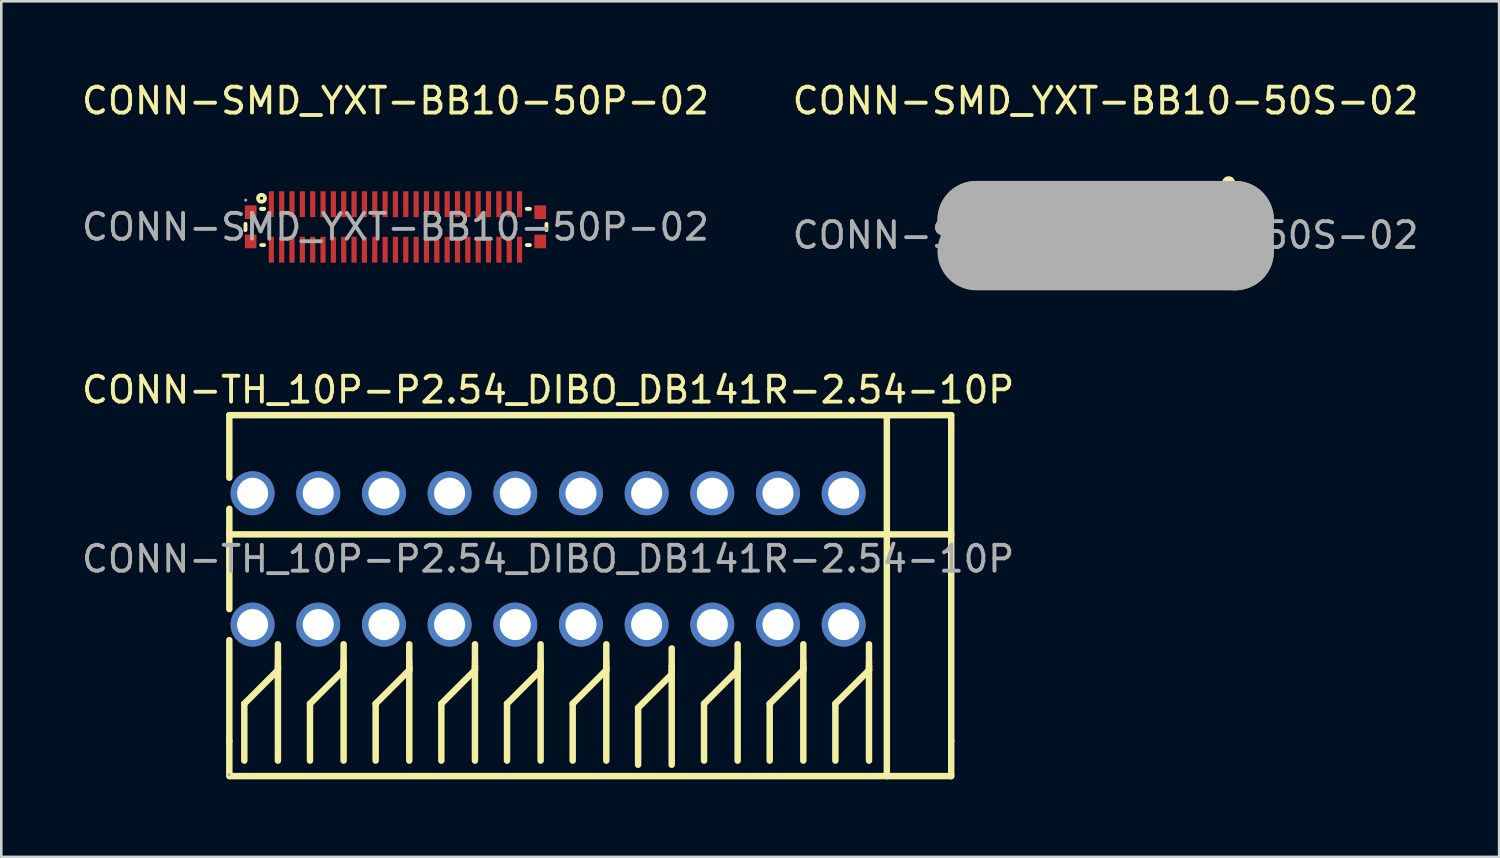
<source format=kicad_pcb>
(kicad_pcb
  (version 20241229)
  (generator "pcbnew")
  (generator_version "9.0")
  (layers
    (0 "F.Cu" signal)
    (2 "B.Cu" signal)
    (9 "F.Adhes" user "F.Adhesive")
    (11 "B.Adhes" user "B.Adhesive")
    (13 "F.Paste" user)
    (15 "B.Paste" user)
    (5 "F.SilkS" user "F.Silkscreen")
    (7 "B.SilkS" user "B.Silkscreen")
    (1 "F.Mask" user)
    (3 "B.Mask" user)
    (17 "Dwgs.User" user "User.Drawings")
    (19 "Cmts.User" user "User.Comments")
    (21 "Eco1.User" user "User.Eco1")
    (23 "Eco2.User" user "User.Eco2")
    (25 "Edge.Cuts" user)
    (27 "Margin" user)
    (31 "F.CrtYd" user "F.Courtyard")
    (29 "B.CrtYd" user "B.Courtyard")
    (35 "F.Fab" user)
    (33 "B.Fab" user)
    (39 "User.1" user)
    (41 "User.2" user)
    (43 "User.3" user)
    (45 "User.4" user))
  (footprint "CONN-SMD_YXT-BB10-50S-02"
    (layer "F.Cu")
    (at 39.708 6.048)
    (property "Reference" "CONN-SMD_YXT-BB10-50S-02" (at 0 -5.2 0) (layer "F.SilkS") (effects (font (size 1 1) (thickness 0.15))))
    (attr smd)
    (fp_line (start -6.16 -0.3) (end -6.16 0.3) (stroke (width 0.25) (type solid)) (layer "F.SilkS"))
    (fp_line (start 6.16 -0.3) (end 6.16 0.3) (stroke (width 0.25) (type solid)) (layer "F.SilkS"))
    (fp_circle (center 4.76 -2.03) (end 4.89 -2.03) (stroke (width 0.25) (type solid)) (fill no) (layer "F.SilkS"))
    (fp_line (start -5 -0.6) (end -5 -0.6) (stroke (width 3) (type solid)) (layer "F.Fab"))
    (fp_line (start -5 -0.6) (end 5.01 -0.6) (stroke (width 3) (type solid)) (layer "F.Fab"))
    (fp_line (start 5.01 -0.6) (end 5.01 0.63) (stroke (width 3) (type solid)) (layer "F.Fab"))
    (fp_line (start 5.01 0.63) (end -5 0.63) (stroke (width 3) (type solid)) (layer "F.Fab"))
    (fp_circle (center 6.25 -1.3) (end 6.28 -1.3) (stroke (width 0.06) (type solid)) (fill no) (layer "F.Fab"))
    (fp_text user "${REFERENCE}" (at 0 0 0) (layer "F.Fab") (effects (font (size 1 1) (thickness 0.15))))
    (pad "1" smd rect (at 4.8 -1.2) (size 0.2 0.5) (layers "F.Cu" "F.Mask" "F.Paste"))
    (pad "2" smd rect (at 4.8 1.2) (size 0.2 0.5) (layers "F.Cu" "F.Mask" "F.Paste"))
    (pad "3" smd rect (at 4.4 -1.2) (size 0.2 0.5) (layers "F.Cu" "F.Mask" "F.Paste"))
    (pad "4" smd rect (at 4.4 1.2) (size 0.2 0.5) (layers "F.Cu" "F.Mask" "F.Paste"))
    (pad "5" smd rect (at 4 -1.2) (size 0.2 0.5) (layers "F.Cu" "F.Mask" "F.Paste"))
    (pad "6" smd rect (at 4 1.2) (size 0.2 0.5) (layers "F.Cu" "F.Mask" "F.Paste"))
    (pad "7" smd rect (at 3.6 -1.2) (size 0.2 0.5) (layers "F.Cu" "F.Mask" "F.Paste"))
    (pad "8" smd rect (at 3.6 1.2) (size 0.2 0.5) (layers "F.Cu" "F.Mask" "F.Paste"))
    (pad "9" smd rect (at 3.2 -1.2) (size 0.2 0.5) (layers "F.Cu" "F.Mask" "F.Paste"))
    (pad "10" smd rect (at 3.2 1.2) (size 0.2 0.5) (layers "F.Cu" "F.Mask" "F.Paste"))
    (pad "11" smd rect (at 2.8 -1.2) (size 0.2 0.5) (layers "F.Cu" "F.Mask" "F.Paste"))
    (pad "12" smd rect (at 2.8 1.2) (size 0.2 0.5) (layers "F.Cu" "F.Mask" "F.Paste"))
    (pad "13" smd rect (at 2.4 -1.2) (size 0.2 0.5) (layers "F.Cu" "F.Mask" "F.Paste"))
    (pad "14" smd rect (at 2.4 1.2) (size 0.2 0.5) (layers "F.Cu" "F.Mask" "F.Paste"))
    (pad "15" smd rect (at 2 -1.2) (size 0.2 0.5) (layers "F.Cu" "F.Mask" "F.Paste"))
    (pad "16" smd rect (at 2 1.2) (size 0.2 0.5) (layers "F.Cu" "F.Mask" "F.Paste"))
    (pad "17" smd rect (at 1.6 -1.2) (size 0.2 0.5) (layers "F.Cu" "F.Mask" "F.Paste"))
    (pad "18" smd rect (at 1.6 1.2) (size 0.2 0.5) (layers "F.Cu" "F.Mask" "F.Paste"))
    (pad "19" smd rect (at 1.2 -1.2) (size 0.2 0.5) (layers "F.Cu" "F.Mask" "F.Paste"))
    (pad "20" smd rect (at 1.2 1.2) (size 0.2 0.5) (layers "F.Cu" "F.Mask" "F.Paste"))
    (pad "21" smd rect (at 0.8 -1.2) (size 0.2 0.5) (layers "F.Cu" "F.Mask" "F.Paste"))
    (pad "22" smd rect (at 0.8 1.2) (size 0.2 0.5) (layers "F.Cu" "F.Mask" "F.Paste"))
    (pad "23" smd rect (at 0.4 -1.2) (size 0.2 0.5) (layers "F.Cu" "F.Mask" "F.Paste"))
    (pad "24" smd rect (at 0.4 1.2) (size 0.2 0.5) (layers "F.Cu" "F.Mask" "F.Paste"))
    (pad "25" smd rect (at 0 -1.2) (size 0.2 0.5) (layers "F.Cu" "F.Mask" "F.Paste"))
    (pad "26" smd rect (at 0 1.2) (size 0.2 0.5) (layers "F.Cu" "F.Mask" "F.Paste"))
    (pad "27" smd rect (at -0.4 -1.2) (size 0.2 0.5) (layers "F.Cu" "F.Mask" "F.Paste"))
    (pad "28" smd rect (at -0.4 1.2) (size 0.2 0.5) (layers "F.Cu" "F.Mask" "F.Paste"))
    (pad "29" smd rect (at -0.8 -1.2) (size 0.2 0.5) (layers "F.Cu" "F.Mask" "F.Paste"))
    (pad "30" smd rect (at -0.8 1.2) (size 0.2 0.5) (layers "F.Cu" "F.Mask" "F.Paste"))
    (pad "31" smd rect (at -1.2 -1.2) (size 0.2 0.5) (layers "F.Cu" "F.Mask" "F.Paste"))
    (pad "32" smd rect (at -1.2 1.2) (size 0.2 0.5) (layers "F.Cu" "F.Mask" "F.Paste"))
    (pad "33" smd rect (at -1.6 -1.2) (size 0.2 0.5) (layers "F.Cu" "F.Mask" "F.Paste"))
    (pad "34" smd rect (at -1.6 1.2) (size 0.2 0.5) (layers "F.Cu" "F.Mask" "F.Paste"))
    (pad "35" smd rect (at -2 -1.2) (size 0.2 0.5) (layers "F.Cu" "F.Mask" "F.Paste"))
    (pad "36" smd rect (at -2 1.2) (size 0.2 0.5) (layers "F.Cu" "F.Mask" "F.Paste"))
    (pad "37" smd rect (at -2.4 -1.2) (size 0.2 0.5) (layers "F.Cu" "F.Mask" "F.Paste"))
    (pad "38" smd rect (at -2.4 1.2) (size 0.2 0.5) (layers "F.Cu" "F.Mask" "F.Paste"))
    (pad "39" smd rect (at -2.8 -1.2) (size 0.2 0.5) (layers "F.Cu" "F.Mask" "F.Paste"))
    (pad "40" smd rect (at -2.8 1.2) (size 0.2 0.5) (layers "F.Cu" "F.Mask" "F.Paste"))
    (pad "41" smd rect (at -3.2 -1.2) (size 0.2 0.5) (layers "F.Cu" "F.Mask" "F.Paste"))
    (pad "42" smd rect (at -3.2 1.2) (size 0.2 0.5) (layers "F.Cu" "F.Mask" "F.Paste"))
    (pad "43" smd rect (at -3.6 -1.2) (size 0.2 0.5) (layers "F.Cu" "F.Mask" "F.Paste"))
    (pad "44" smd rect (at -3.6 1.2) (size 0.2 0.5) (layers "F.Cu" "F.Mask" "F.Paste"))
    (pad "45" smd rect (at -4 -1.2) (size 0.2 0.5) (layers "F.Cu" "F.Mask" "F.Paste"))
    (pad "46" smd rect (at -4 1.2) (size 0.2 0.5) (layers "F.Cu" "F.Mask" "F.Paste"))
    (pad "47" smd rect (at -4.4 -1.2) (size 0.2 0.5) (layers "F.Cu" "F.Mask" "F.Paste"))
    (pad "48" smd rect (at -4.4 1.2) (size 0.2 0.5) (layers "F.Cu" "F.Mask" "F.Paste"))
    (pad "49" smd rect (at -4.8 -1.2) (size 0.2 0.5) (layers "F.Cu" "F.Mask" "F.Paste"))
    (pad "50" smd rect (at -4.8 1.2) (size 0.2 0.5) (layers "F.Cu" "F.Mask" "F.Paste"))
    (pad "51" smd rect (at -5.8 -0.99) (size 0.9 0.92) (layers "F.Cu" "F.Mask" "F.Paste"))
    (pad "52" smd rect (at -5.8 0.99) (size 0.9 0.92) (layers "F.Cu" "F.Mask" "F.Paste"))
    (pad "53" smd rect (at 5.8 -0.99) (size 0.9 0.92) (layers "F.Cu" "F.Mask" "F.Paste"))
    (pad "54" smd rect (at 5.8 0.99) (size 0.9 0.92) (layers "F.Cu" "F.Mask" "F.Paste")))
  (footprint "CONN-SMD_YXT-BB10-50P-02"
    (layer "F.Cu")
    (at 12.244 5.728)
    (property "Reference" "CONN-SMD_YXT-BB10-50P-02" (at 0 -4.88 0) (layer "F.SilkS") (effects (font (size 1 1) (thickness 0.15))))
    (attr smd)
    (fp_line (start -5.8 -0.12) (end -5.8 0.12) (stroke (width 0.15) (type solid)) (layer "F.SilkS"))
    (fp_line (start -5.19 -0.7) (end -5.08 -0.7) (stroke (width 0.15) (type solid)) (layer "F.SilkS"))
    (fp_line (start -5.19 -0.7) (end -5.08 -0.7) (stroke (width 0.15) (type solid)) (layer "F.SilkS"))
    (fp_line (start -5.19 0.7) (end -5.08 0.7) (stroke (width 0.15) (type solid)) (layer "F.SilkS"))
    (fp_line (start 5.08 -0.7) (end 5.2 -0.7) (stroke (width 0.15) (type solid)) (layer "F.SilkS"))
    (fp_line (start 5.08 0.7) (end 5.2 0.7) (stroke (width 0.15) (type solid)) (layer "F.SilkS"))
    (fp_line (start 5.84 -0.12) (end 5.84 0.12) (stroke (width 0.15) (type solid)) (layer "F.SilkS"))
    (fp_circle (center -5.18 -1.11) (end -5.12 -1.11) (stroke (width 0.15) (type solid)) (fill no) (layer "F.SilkS"))
    (fp_circle (center -5.79 -1.04) (end -5.76 -1.04) (stroke (width 0.06) (type solid)) (fill no) (layer "F.Fab"))
    (fp_text user "${REFERENCE}" (at 0 0 0) (layer "F.Fab") (effects (font (size 1 1) (thickness 0.15))))
    (pad "1" smd rect (at -4.8 -0.88) (size 0.2 1) (layers "F.Cu" "F.Mask" "F.Paste"))
    (pad "2" smd rect (at -4.4 -0.88) (size 0.2 1) (layers "F.Cu" "F.Mask" "F.Paste"))
    (pad "3" smd rect (at -4 -0.88) (size 0.2 1) (layers "F.Cu" "F.Mask" "F.Paste"))
    (pad "4" smd rect (at -3.6 -0.88) (size 0.2 1) (layers "F.Cu" "F.Mask" "F.Paste"))
    (pad "5" smd rect (at -3.2 -0.88) (size 0.2 1) (layers "F.Cu" "F.Mask" "F.Paste"))
    (pad "6" smd rect (at -2.8 -0.88) (size 0.2 1) (layers "F.Cu" "F.Mask" "F.Paste"))
    (pad "7" smd rect (at -2.4 -0.88) (size 0.2 1) (layers "F.Cu" "F.Mask" "F.Paste"))
    (pad "8" smd rect (at -2 -0.88) (size 0.2 1) (layers "F.Cu" "F.Mask" "F.Paste"))
    (pad "9" smd rect (at -1.6 -0.88) (size 0.2 1) (layers "F.Cu" "F.Mask" "F.Paste"))
    (pad "10" smd rect (at -1.2 -0.88) (size 0.2 1) (layers "F.Cu" "F.Mask" "F.Paste"))
    (pad "11" smd rect (at -0.8 -0.88) (size 0.2 1) (layers "F.Cu" "F.Mask" "F.Paste"))
    (pad "12" smd rect (at -0.4 -0.88) (size 0.2 1) (layers "F.Cu" "F.Mask" "F.Paste"))
    (pad "13" smd rect (at 0 -0.88 180) (size 0.2 1) (layers "F.Cu" "F.Mask" "F.Paste"))
    (pad "14" smd rect (at 0.4 -0.88 180) (size 0.2 1) (layers "F.Cu" "F.Mask" "F.Paste"))
    (pad "15" smd rect (at 0.8 -0.88 180) (size 0.2 1) (layers "F.Cu" "F.Mask" "F.Paste"))
    (pad "16" smd rect (at 1.2 -0.88 180) (size 0.2 1) (layers "F.Cu" "F.Mask" "F.Paste"))
    (pad "17" smd rect (at 1.6 -0.88 180) (size 0.2 1) (layers "F.Cu" "F.Mask" "F.Paste"))
    (pad "18" smd rect (at 2 -0.88 180) (size 0.2 1) (layers "F.Cu" "F.Mask" "F.Paste"))
    (pad "19" smd rect (at 2.4 -0.88 180) (size 0.2 1) (layers "F.Cu" "F.Mask" "F.Paste"))
    (pad "20" smd rect (at 2.8 -0.88 180) (size 0.2 1) (layers "F.Cu" "F.Mask" "F.Paste"))
    (pad "21" smd rect (at 3.2 -0.88 180) (size 0.2 1) (layers "F.Cu" "F.Mask" "F.Paste"))
    (pad "22" smd rect (at 3.6 -0.88 180) (size 0.2 1) (layers "F.Cu" "F.Mask" "F.Paste"))
    (pad "23" smd rect (at 4 -0.88 180) (size 0.2 1) (layers "F.Cu" "F.Mask" "F.Paste"))
    (pad "24" smd rect (at 4.4 -0.88 180) (size 0.2 1) (layers "F.Cu" "F.Mask" "F.Paste"))
    (pad "25" smd rect (at 4.8 -0.88 180) (size 0.2 1) (layers "F.Cu" "F.Mask" "F.Paste"))
    (pad "26" smd rect (at 4.8 0.88) (size 0.2 1) (layers "F.Cu" "F.Mask" "F.Paste"))
    (pad "27" smd rect (at 4.4 0.88) (size 0.2 1) (layers "F.Cu" "F.Mask" "F.Paste"))
    (pad "28" smd rect (at 4 0.88) (size 0.2 1) (layers "F.Cu" "F.Mask" "F.Paste"))
    (pad "29" smd rect (at 3.6 0.88) (size 0.2 1) (layers "F.Cu" "F.Mask" "F.Paste"))
    (pad "30" smd rect (at 3.2 0.88) (size 0.2 1) (layers "F.Cu" "F.Mask" "F.Paste"))
    (pad "31" smd rect (at 2.8 0.88) (size 0.2 1) (layers "F.Cu" "F.Mask" "F.Paste"))
    (pad "32" smd rect (at 2.4 0.88) (size 0.2 1) (layers "F.Cu" "F.Mask" "F.Paste"))
    (pad "33" smd rect (at 2 0.88) (size 0.2 1) (layers "F.Cu" "F.Mask" "F.Paste"))
    (pad "34" smd rect (at 1.6 0.88) (size 0.2 1) (layers "F.Cu" "F.Mask" "F.Paste"))
    (pad "35" smd rect (at 1.2 0.88) (size 0.2 1) (layers "F.Cu" "F.Mask" "F.Paste"))
    (pad "36" smd rect (at 0.8 0.88) (size 0.2 1) (layers "F.Cu" "F.Mask" "F.Paste"))
    (pad "37" smd rect (at 0.4 0.88) (size 0.2 1) (layers "F.Cu" "F.Mask" "F.Paste"))
    (pad "38" smd rect (at 0 0.88) (size 0.2 1) (layers "F.Cu" "F.Mask" "F.Paste"))
    (pad "39" smd rect (at -0.4 0.88) (size 0.2 1) (layers "F.Cu" "F.Mask" "F.Paste"))
    (pad "40" smd rect (at -0.8 0.88) (size 0.2 1) (layers "F.Cu" "F.Mask" "F.Paste"))
    (pad "41" smd rect (at -1.2 0.88) (size 0.2 1) (layers "F.Cu" "F.Mask" "F.Paste"))
    (pad "42" smd rect (at -1.6 0.88) (size 0.2 1) (layers "F.Cu" "F.Mask" "F.Paste"))
    (pad "43" smd rect (at -2 0.88) (size 0.2 1) (layers "F.Cu" "F.Mask" "F.Paste"))
    (pad "44" smd rect (at -2.4 0.88) (size 0.2 1) (layers "F.Cu" "F.Mask" "F.Paste"))
    (pad "45" smd rect (at -2.8 0.88) (size 0.2 1) (layers "F.Cu" "F.Mask" "F.Paste"))
    (pad "46" smd rect (at -3.2 0.88) (size 0.2 1) (layers "F.Cu" "F.Mask" "F.Paste"))
    (pad "47" smd rect (at -3.6 0.88) (size 0.2 1) (layers "F.Cu" "F.Mask" "F.Paste"))
    (pad "48" smd rect (at -4 0.88) (size 0.2 1) (layers "F.Cu" "F.Mask" "F.Paste"))
    (pad "49" smd rect (at -4.4 0.88) (size 0.2 1) (layers "F.Cu" "F.Mask" "F.Paste"))
    (pad "50" smd rect (at -4.8 0.88) (size 0.2 1) (layers "F.Cu" "F.Mask" "F.Paste"))
    (pad "51" smd rect (at -5.6 -0.57) (size 0.45 0.53) (layers "F.Cu" "F.Mask" "F.Paste"))
    (pad "52" smd rect (at -5.6 0.56) (size 0.45 0.53) (layers "F.Cu" "F.Mask" "F.Paste"))
    (pad "53" smd rect (at 5.6 0.56) (size 0.45 0.53) (layers "F.Cu" "F.Mask" "F.Paste"))
    (pad "54" smd rect (at 5.6 -0.57) (size 0.45 0.53) (layers "F.Cu" "F.Mask" "F.Paste")))
  (footprint "CONN-TH_10P-P2.54_DIBO_DB141R-2.54-10P"
    (layer "F.Cu")
    (at 18.149 18.567)
    (property "Reference" "CONN-TH_10P-P2.54_DIBO_DB141R-2.54-10P" (at 0 -6.54 0) (layer "F.SilkS") (effects (font (size 1 1) (thickness 0.15))))
    (attr smd)
    (fp_line (start -12.33 -5.56) (end -12.33 -3.14) (stroke (width 0.25) (type solid)) (layer "F.SilkS"))
    (fp_line (start -12.33 -5.56) (end 15.59 -5.56) (stroke (width 0.25) (type solid)) (layer "F.SilkS"))
    (fp_line (start -12.33 -1.94) (end -12.33 1.94) (stroke (width 0.25) (type solid)) (layer "F.SilkS"))
    (fp_line (start -12.33 -0.95) (end 15.59 -0.95) (stroke (width 0.25) (type solid)) (layer "F.SilkS"))
    (fp_line (start -12.33 3.14) (end -12.33 7.04) (stroke (width 0.25) (type solid)) (layer "F.SilkS"))
    (fp_line (start -12.33 7.04) (end -12.33 8.4) (stroke (width 0.25) (type solid)) (layer "F.SilkS"))
    (fp_line (start -11.75 5.6) (end -11.75 7.8) (stroke (width 0.25) (type solid)) (layer "F.SilkS"))
    (fp_line (start -10.45 4) (end -10.45 3.3) (stroke (width 0.25) (type solid)) (layer "F.SilkS"))
    (fp_line (start -10.45 4) (end -10.45 4.3) (stroke (width 0.25) (type solid)) (layer "F.SilkS"))
    (fp_line (start -10.45 4.13) (end -10.45 7.8) (stroke (width 0.25) (type solid)) (layer "F.SilkS"))
    (fp_line (start -10.45 4.3) (end -11.75 5.6) (stroke (width 0.25) (type solid)) (layer "F.SilkS"))
    (fp_line (start -9.21 5.6) (end -9.21 7.8) (stroke (width 0.25) (type solid)) (layer "F.SilkS"))
    (fp_line (start -7.91 4) (end -7.91 3.3) (stroke (width 0.25) (type solid)) (layer "F.SilkS"))
    (fp_line (start -7.91 4) (end -7.91 4.3) (stroke (width 0.25) (type solid)) (layer "F.SilkS"))
    (fp_line (start -7.91 4.13) (end -7.91 7.8) (stroke (width 0.25) (type solid)) (layer "F.SilkS"))
    (fp_line (start -7.91 4.3) (end -9.21 5.6) (stroke (width 0.25) (type solid)) (layer "F.SilkS"))
    (fp_line (start -6.67 5.6) (end -6.67 7.8) (stroke (width 0.25) (type solid)) (layer "F.SilkS"))
    (fp_line (start -5.37 4) (end -5.37 3.3) (stroke (width 0.25) (type solid)) (layer "F.SilkS"))
    (fp_line (start -5.37 4) (end -5.37 4.3) (stroke (width 0.25) (type solid)) (layer "F.SilkS"))
    (fp_line (start -5.37 4.13) (end -5.37 7.8) (stroke (width 0.25) (type solid)) (layer "F.SilkS"))
    (fp_line (start -5.37 4.3) (end -6.67 5.6) (stroke (width 0.25) (type solid)) (layer "F.SilkS"))
    (fp_line (start -4.13 5.6) (end -4.13 7.8) (stroke (width 0.25) (type solid)) (layer "F.SilkS"))
    (fp_line (start -2.83 4) (end -2.83 3.3) (stroke (width 0.25) (type solid)) (layer "F.SilkS"))
    (fp_line (start -2.83 4) (end -2.83 4.3) (stroke (width 0.25) (type solid)) (layer "F.SilkS"))
    (fp_line (start -2.83 4.13) (end -2.83 7.8) (stroke (width 0.25) (type solid)) (layer "F.SilkS"))
    (fp_line (start -2.83 4.3) (end -4.13 5.6) (stroke (width 0.25) (type solid)) (layer "F.SilkS"))
    (fp_line (start -1.59 5.6) (end -1.59 7.8) (stroke (width 0.25) (type solid)) (layer "F.SilkS"))
    (fp_line (start -0.29 4) (end -0.29 3.3) (stroke (width 0.25) (type solid)) (layer "F.SilkS"))
    (fp_line (start -0.29 4) (end -0.29 4.3) (stroke (width 0.25) (type solid)) (layer "F.SilkS"))
    (fp_line (start -0.29 4.13) (end -0.29 7.8) (stroke (width 0.25) (type solid)) (layer "F.SilkS"))
    (fp_line (start -0.29 4.3) (end -1.59 5.6) (stroke (width 0.25) (type solid)) (layer "F.SilkS"))
    (fp_line (start 0.95 5.6) (end 0.95 7.8) (stroke (width 0.25) (type solid)) (layer "F.SilkS"))
    (fp_line (start 2.25 4) (end 2.25 3.3) (stroke (width 0.25) (type solid)) (layer "F.SilkS"))
    (fp_line (start 2.25 4) (end 2.25 4.3) (stroke (width 0.25) (type solid)) (layer "F.SilkS"))
    (fp_line (start 2.25 4.13) (end 2.25 7.8) (stroke (width 0.25) (type solid)) (layer "F.SilkS"))
    (fp_line (start 2.25 4.3) (end 0.95 5.6) (stroke (width 0.25) (type solid)) (layer "F.SilkS"))
    (fp_line (start 3.48 5.76) (end 3.48 7.96) (stroke (width 0.25) (type solid)) (layer "F.SilkS"))
    (fp_line (start 4.78 4.16) (end 4.78 3.46) (stroke (width 0.25) (type solid)) (layer "F.SilkS"))
    (fp_line (start 4.78 4.16) (end 4.78 4.46) (stroke (width 0.25) (type solid)) (layer "F.SilkS"))
    (fp_line (start 4.78 4.29) (end 4.78 7.96) (stroke (width 0.25) (type solid)) (layer "F.SilkS"))
    (fp_line (start 4.78 4.46) (end 3.48 5.76) (stroke (width 0.25) (type solid)) (layer "F.SilkS"))
    (fp_line (start 6.03 5.6) (end 6.03 7.8) (stroke (width 0.25) (type solid)) (layer "F.SilkS"))
    (fp_line (start 7.33 4) (end 7.33 3.3) (stroke (width 0.25) (type solid)) (layer "F.SilkS"))
    (fp_line (start 7.33 4) (end 7.33 4.3) (stroke (width 0.25) (type solid)) (layer "F.SilkS"))
    (fp_line (start 7.33 4.13) (end 7.33 7.8) (stroke (width 0.25) (type solid)) (layer "F.SilkS"))
    (fp_line (start 7.33 4.3) (end 6.03 5.6) (stroke (width 0.25) (type solid)) (layer "F.SilkS"))
    (fp_line (start 8.57 5.6) (end 8.57 7.8) (stroke (width 0.25) (type solid)) (layer "F.SilkS"))
    (fp_line (start 9.87 4) (end 9.87 3.3) (stroke (width 0.25) (type solid)) (layer "F.SilkS"))
    (fp_line (start 9.87 4) (end 9.87 4.3) (stroke (width 0.25) (type solid)) (layer "F.SilkS"))
    (fp_line (start 9.87 4.13) (end 9.87 7.8) (stroke (width 0.25) (type solid)) (layer "F.SilkS"))
    (fp_line (start 9.87 4.3) (end 8.57 5.6) (stroke (width 0.25) (type solid)) (layer "F.SilkS"))
    (fp_line (start 11.11 5.6) (end 11.11 7.8) (stroke (width 0.25) (type solid)) (layer "F.SilkS"))
    (fp_line (start 12.41 4) (end 12.41 3.3) (stroke (width 0.25) (type solid)) (layer "F.SilkS"))
    (fp_line (start 12.41 4) (end 12.41 4.3) (stroke (width 0.25) (type solid)) (layer "F.SilkS"))
    (fp_line (start 12.41 4.13) (end 12.41 7.8) (stroke (width 0.25) (type solid)) (layer "F.SilkS"))
    (fp_line (start 12.41 4.3) (end 11.11 5.6) (stroke (width 0.25) (type solid)) (layer "F.SilkS"))
    (fp_line (start 13.1 -5.56) (end 13.1 8.4) (stroke (width 0.25) (type solid)) (layer "F.SilkS"))
    (fp_line (start 15.59 -5.56) (end 15.59 7.04) (stroke (width 0.25) (type solid)) (layer "F.SilkS"))
    (fp_line (start 15.59 7.04) (end 15.59 8.4) (stroke (width 0.25) (type solid)) (layer "F.SilkS"))
    (fp_line (start 15.59 8.4) (end -12.3 8.4) (stroke (width 0.25) (type solid)) (layer "F.SilkS"))
    (fp_circle (center -12.34 8.34) (end -12.31 8.34) (stroke (width 0.06) (type solid)) (fill no) (layer "F.Fab"))
    (fp_text user "${REFERENCE}" (at 0 0 0) (layer "F.Fab") (effects (font (size 1 1) (thickness 0.15))))
    (pad "1" thru_hole circle (at -11.43 -2.54) (size 1.7 1.7) (drill 1.2) (layers "*.Cu" "*.Paste" "*.Mask"))
    (pad "1" thru_hole circle (at -11.43 2.54) (size 1.7 1.7) (drill 1.2) (layers "*.Cu" "*.Paste" "*.Mask"))
    (pad "2" thru_hole circle (at -8.89 -2.54) (size 1.7 1.7) (drill 1.2) (layers "*.Cu" "*.Paste" "*.Mask"))
    (pad "2" thru_hole circle (at -8.89 2.54) (size 1.7 1.7) (drill 1.2) (layers "*.Cu" "*.Paste" "*.Mask"))
    (pad "3" thru_hole circle (at -6.35 -2.54) (size 1.7 1.7) (drill 1.2) (layers "*.Cu" "*.Paste" "*.Mask"))
    (pad "3" thru_hole circle (at -6.35 2.54) (size 1.7 1.7) (drill 1.2) (layers "*.Cu" "*.Paste" "*.Mask"))
    (pad "4" thru_hole circle (at -3.81 -2.54) (size 1.7 1.7) (drill 1.2) (layers "*.Cu" "*.Paste" "*.Mask"))
    (pad "4" thru_hole circle (at -3.81 2.54) (size 1.7 1.7) (drill 1.2) (layers "*.Cu" "*.Paste" "*.Mask"))
    (pad "5" thru_hole circle (at -1.27 -2.54) (size 1.7 1.7) (drill 1.2) (layers "*.Cu" "*.Paste" "*.Mask"))
    (pad "5" thru_hole circle (at -1.27 2.54) (size 1.7 1.7) (drill 1.2) (layers "*.Cu" "*.Paste" "*.Mask"))
    (pad "6" thru_hole circle (at 1.27 -2.54) (size 1.7 1.7) (drill 1.2) (layers "*.Cu" "*.Paste" "*.Mask"))
    (pad "6" thru_hole circle (at 1.27 2.54) (size 1.7 1.7) (drill 1.2) (layers "*.Cu" "*.Paste" "*.Mask"))
    (pad "7" thru_hole circle (at 3.81 -2.54) (size 1.7 1.7) (drill 1.2) (layers "*.Cu" "*.Paste" "*.Mask"))
    (pad "7" thru_hole circle (at 3.81 2.54) (size 1.7 1.7) (drill 1.2) (layers "*.Cu" "*.Paste" "*.Mask"))
    (pad "8" thru_hole circle (at 6.35 -2.54) (size 1.7 1.7) (drill 1.2) (layers "*.Cu" "*.Paste" "*.Mask"))
    (pad "8" thru_hole circle (at 6.35 2.54) (size 1.7 1.7) (drill 1.2) (layers "*.Cu" "*.Paste" "*.Mask"))
    (pad "9" thru_hole circle (at 8.89 -2.54) (size 1.7 1.7) (drill 1.2) (layers "*.Cu" "*.Paste" "*.Mask"))
    (pad "9" thru_hole circle (at 8.89 2.54) (size 1.7 1.7) (drill 1.2) (layers "*.Cu" "*.Paste" "*.Mask"))
    (pad "10" thru_hole circle (at 11.43 -2.54) (size 1.7 1.7) (drill 1.2) (layers "*.Cu" "*.Paste" "*.Mask"))
    (pad "10" thru_hole circle (at 11.43 2.54) (size 1.7 1.7) (drill 1.2) (layers "*.Cu" "*.Paste" "*.Mask")))
  (gr_rect
    (start -3 -3)
    (end 54.929 30.091)
    (stroke (width 0.1) (type default))
    (fill no)
    (layer "Edge.Cuts")))
</source>
